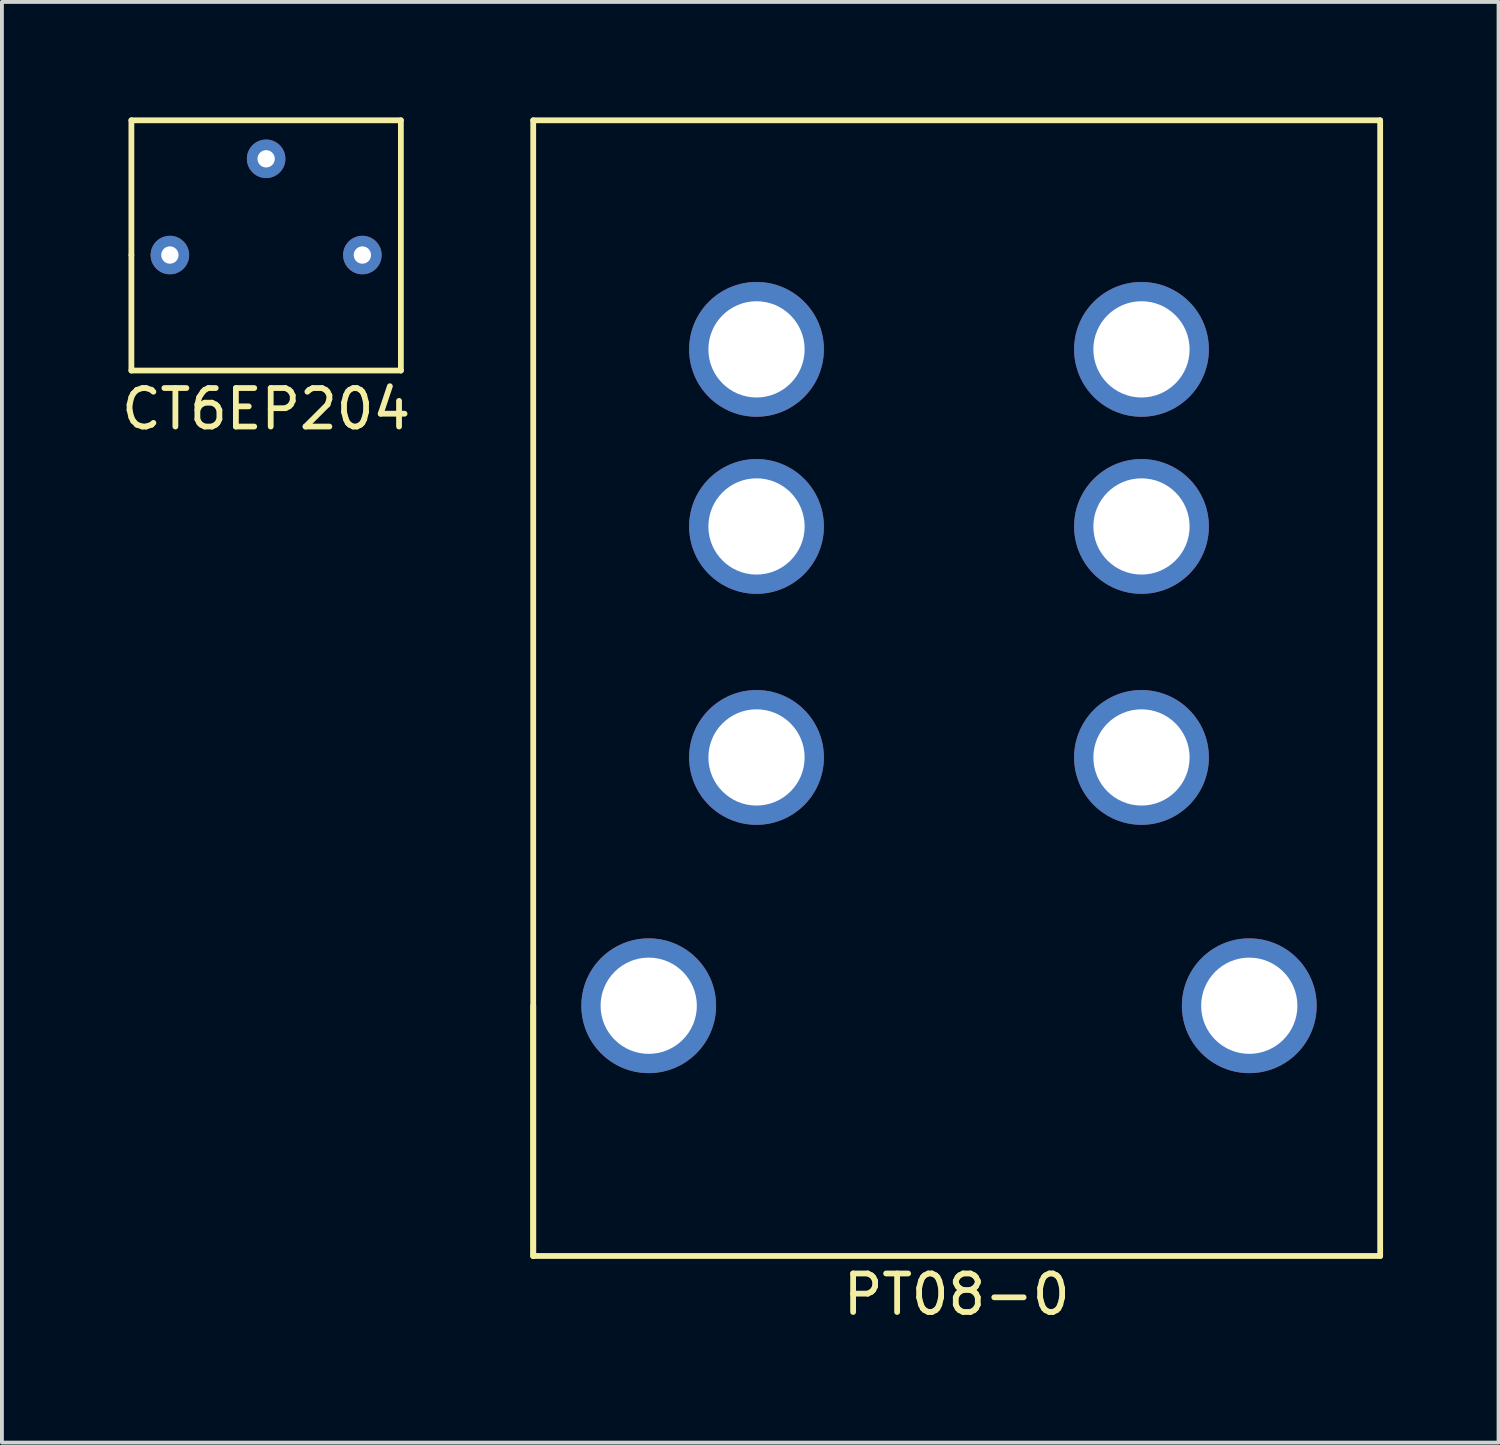
<source format=kicad_pcb>
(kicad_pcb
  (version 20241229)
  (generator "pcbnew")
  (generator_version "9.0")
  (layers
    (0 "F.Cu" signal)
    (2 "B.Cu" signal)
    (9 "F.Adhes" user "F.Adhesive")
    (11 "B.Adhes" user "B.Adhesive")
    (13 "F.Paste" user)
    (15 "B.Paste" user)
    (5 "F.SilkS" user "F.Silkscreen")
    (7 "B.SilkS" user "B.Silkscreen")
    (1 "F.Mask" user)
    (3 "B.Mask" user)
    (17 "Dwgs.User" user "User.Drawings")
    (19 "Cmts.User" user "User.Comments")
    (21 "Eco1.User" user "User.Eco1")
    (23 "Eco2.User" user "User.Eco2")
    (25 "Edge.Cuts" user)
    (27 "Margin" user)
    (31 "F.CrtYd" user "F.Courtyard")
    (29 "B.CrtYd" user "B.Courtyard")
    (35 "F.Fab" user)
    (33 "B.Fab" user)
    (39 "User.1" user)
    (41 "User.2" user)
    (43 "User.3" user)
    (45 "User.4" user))
  (footprint "PT08-0"
    (layer "F.Cu")
    (at 13.801 23.075)
    (property "Reference" "PT08-0" (at 8 7.5 0) (layer "F.SilkS") (effects (font (size 1 1) (thickness 0.15))))
    (attr through_hole)
    (fp_line (start -3 -23) (end 19 -23) (stroke (width 0.15) (type solid)) (layer "F.SilkS"))
    (fp_line (start -3 0) (end -3 6.5) (stroke (width 0.15) (type solid)) (layer "F.SilkS"))
    (fp_line (start -3 6.5) (end -3 -23) (stroke (width 0.15) (type solid)) (layer "F.SilkS"))
    (fp_line (start -3 6.5) (end 19 6.5) (stroke (width 0.15) (type solid)) (layer "F.SilkS"))
    (fp_line (start 19 -23) (end 19 6.5) (stroke (width 0.15) (type solid)) (layer "F.SilkS"))
    (pad "1" thru_hole circle (at 12.8 -17.05) (size 3.5 3.5) (drill 2.5) (layers "*.Cu" "B.Mask"))
    (pad "2" thru_hole circle (at 2.8 -17.05) (size 3.5 3.5) (drill 2.5) (layers "*.Cu" "B.Mask"))
    (pad "3" thru_hole circle (at 12.8 -12.45) (size 3.5 3.5) (drill 2.5) (layers "*.Cu" "B.Mask"))
    (pad "4" thru_hole circle (at 2.8 -12.45) (size 3.5 3.5) (drill 2.5) (layers "*.Cu" "B.Mask"))
    (pad "5" thru_hole circle (at 12.8 -6.45) (size 3.5 3.5) (drill 2.5) (layers "*.Cu" "B.Mask"))
    (pad "6" thru_hole circle (at 2.8 -6.45) (size 3.5 3.5) (drill 2.5) (layers "*.Cu" "B.Mask"))
    (pad "7" thru_hole circle (at 15.6 0) (size 3.5 3.5) (drill 2.5) (layers "*.Cu" "B.Mask"))
    (pad "8" thru_hole circle (at 0 0) (size 3.5 3.5) (drill 2.5) (layers "*.Cu" "*.Mask")))
  (footprint "CT6EP204"
    (layer "F.Cu")
    (at 3.863 1.075)
    (property "Reference" "CT6EP204" (at 0 6.5 0) (layer "F.SilkS") (effects (font (size 1 1) (thickness 0.15))))
    (attr through_hole)
    (fp_line (start -3.5 -1) (end 3.5 -1) (stroke (width 0.15) (type solid)) (layer "F.SilkS"))
    (fp_line (start -3.5 2.5) (end -3.5 -1) (stroke (width 0.15) (type solid)) (layer "F.SilkS"))
    (fp_line (start -3.5 5.5) (end -3.5 2.5) (stroke (width 0.15) (type solid)) (layer "F.SilkS"))
    (fp_line (start 3.5 -1) (end 3.5 5.5) (stroke (width 0.15) (type solid)) (layer "F.SilkS"))
    (fp_line (start 3.5 5.5) (end -3.5 5.5) (stroke (width 0.15) (type solid)) (layer "F.SilkS"))
    (pad "1" thru_hole circle (at -2.5 2.5) (size 1 1) (drill 0.45) (layers "*.Cu" "*.Mask"))
    (pad "2" thru_hole circle (at 0 0) (size 1 1) (drill 0.45) (layers "*.Cu" "*.Mask"))
    (pad "3" thru_hole circle (at 2.5 2.5) (size 1 1) (drill 0.45) (layers "*.Cu" "*.Mask")))
  (gr_rect
    (start -3 -3)
    (end 35.876 34.423)
    (stroke (width 0.1) (type default))
    (fill no)
    (layer "Edge.Cuts")))
</source>
